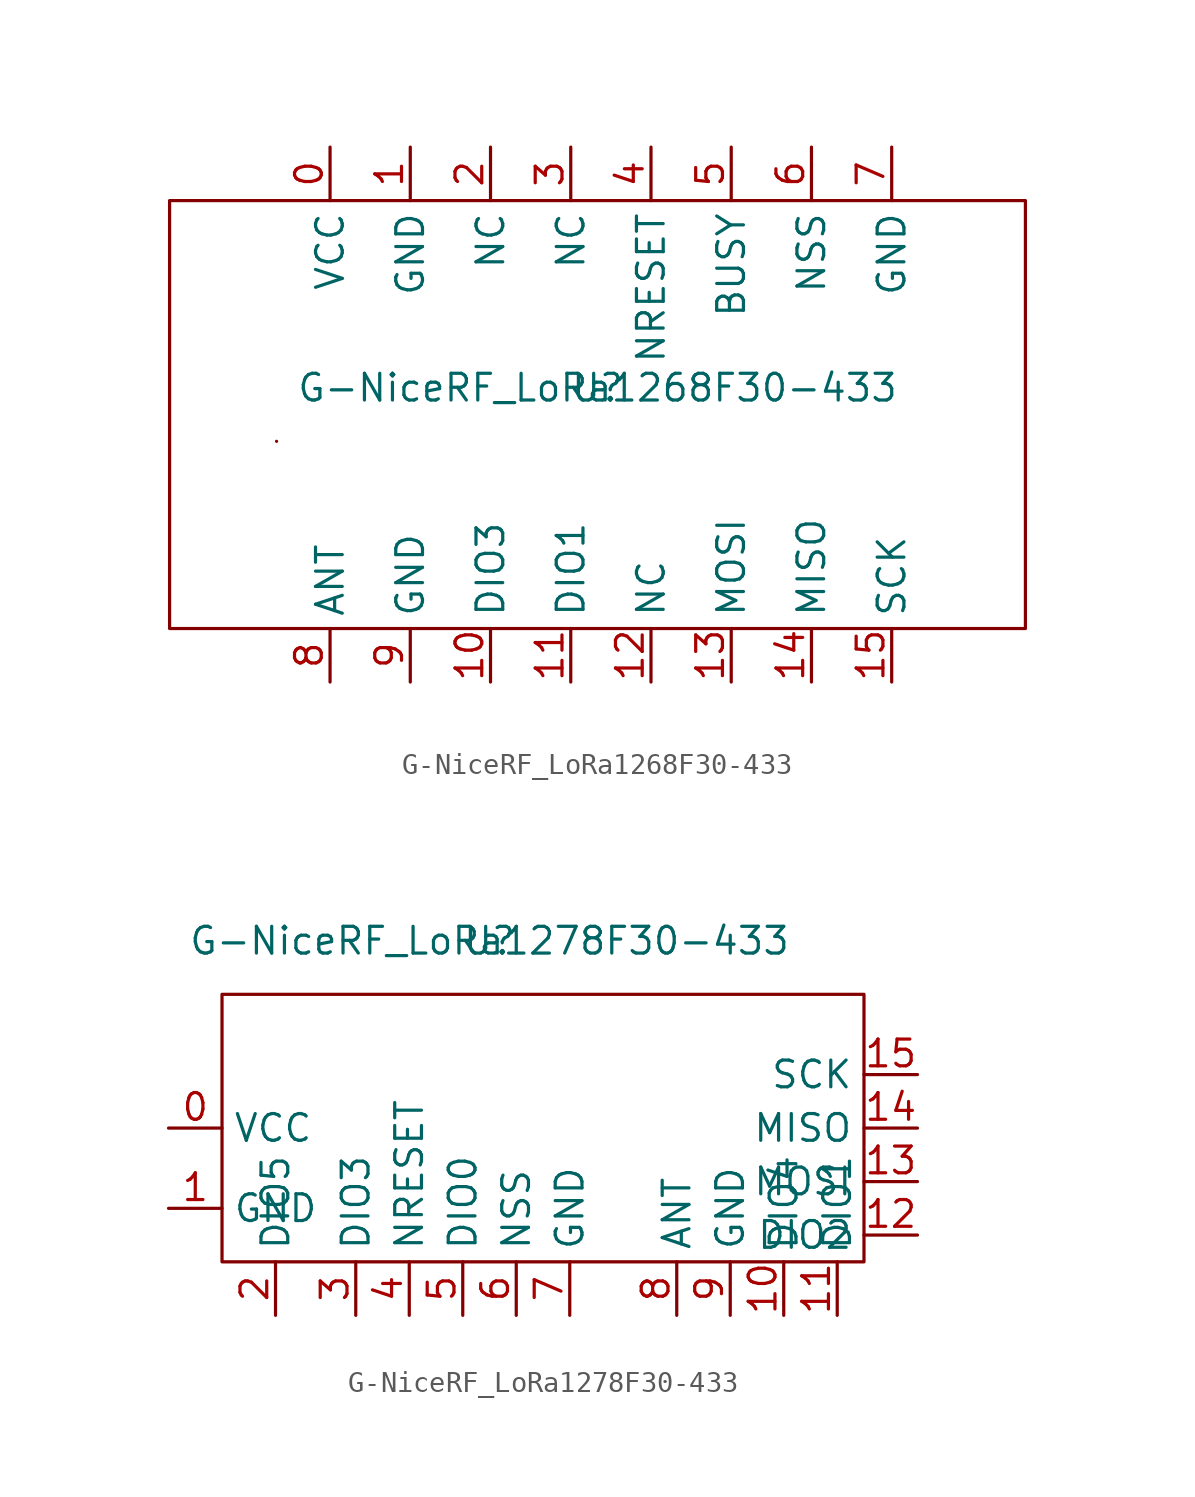
<source format=kicad_sym>
(kicad_symbol_lib
  (version 20211014)
  (generator kicad_symbol_editor)
  (symbol "G-NiceRF_LoRa1268F30-433"
    (property "Reference" "U"
      (at 0 0 0)
      (effects (font (size 1.27 1.27))))
    (property "Value" "G-NiceRF_LoRa1268F30-433"
      (at 0 0 0)
      (effects (font (size 1.27 1.27))))
    (symbol "G-NiceRF_LoRa1268F30-433_0_1"
      (rectangle (start -20.32 8.89) (end 20.32 -11.43) (stroke (width 0) (type default) (color 0 0 0 0)) (fill (type none)))
      (rectangle (start -15.24 -2.54) (end -15.24 -2.54) (stroke (width 0) (type default) (color 0 0 0 0)) (fill (type none))))
    (symbol "G-NiceRF_LoRa1268F30-433_1_1"
      (pin input line (at -12.7 11.43 270) (length 2.54) (name "VCC" (effects (font (size 1.27 1.27)))) (number "0" (effects (font (size 1.27 1.27)))))
      (pin input line (at -8.89 11.43 270) (length 2.54) (name "GND" (effects (font (size 1.27 1.27)))) (number "1" (effects (font (size 1.27 1.27)))))
      (pin input line (at -5.08 -13.97 90) (length 2.54) (name "DIO3" (effects (font (size 1.27 1.27)))) (number "10" (effects (font (size 1.27 1.27)))))
      (pin input line (at -1.27 -13.97 90) (length 2.54) (name "DIO1" (effects (font (size 1.27 1.27)))) (number "11" (effects (font (size 1.27 1.27)))))
      (pin input line (at 2.54 -13.97 90) (length 2.54) (name "NC" (effects (font (size 1.27 1.27)))) (number "12" (effects (font (size 1.27 1.27)))))
      (pin input line (at 6.35 -13.97 90) (length 2.54) (name "MOSI" (effects (font (size 1.27 1.27)))) (number "13" (effects (font (size 1.27 1.27)))))
      (pin input line (at 10.16 -13.97 90) (length 2.54) (name "MISO" (effects (font (size 1.27 1.27)))) (number "14" (effects (font (size 1.27 1.27)))))
      (pin input line (at 13.97 -13.97 90) (length 2.54) (name "SCK" (effects (font (size 1.27 1.27)))) (number "15" (effects (font (size 1.27 1.27)))))
      (pin input line (at -5.08 11.43 270) (length 2.54) (name "NC" (effects (font (size 1.27 1.27)))) (number "2" (effects (font (size 1.27 1.27)))))
      (pin input line (at -1.27 11.43 270) (length 2.54) (name "NC" (effects (font (size 1.27 1.27)))) (number "3" (effects (font (size 1.27 1.27)))))
      (pin input line (at 2.54 11.43 270) (length 2.54) (name "NRESET" (effects (font (size 1.27 1.27)))) (number "4" (effects (font (size 1.27 1.27)))))
      (pin input line (at 6.35 11.43 270) (length 2.54) (name "BUSY" (effects (font (size 1.27 1.27)))) (number "5" (effects (font (size 1.27 1.27)))))
      (pin input line (at 10.16 11.43 270) (length 2.54) (name "NSS" (effects (font (size 1.27 1.27)))) (number "6" (effects (font (size 1.27 1.27)))))
      (pin input line (at 13.97 11.43 270) (length 2.54) (name "GND" (effects (font (size 1.27 1.27)))) (number "7" (effects (font (size 1.27 1.27)))))
      (pin input line (at -12.7 -13.97 90) (length 2.54) (name "ANT" (effects (font (size 1.27 1.27)))) (number "8" (effects (font (size 1.27 1.27)))))
      (pin input line (at -8.89 -13.97 90) (length 2.54) (name "GND" (effects (font (size 1.27 1.27)))) (number "9" (effects (font (size 1.27 1.27)))))))
  (symbol "G-NiceRF_LoRa1278F30-433"
    (property "Reference" "U"
      (at 0 0 0)
      (effects (font (size 1.27 1.27))))
    (property "Value" "G-NiceRF_LoRa1278F30-433"
      (at 0 0 0)
      (effects (font (size 1.27 1.27))))
    (symbol "G-NiceRF_LoRa1278F30-433_0_1"
      (rectangle (start -12.7 -2.54) (end 17.78 -15.24) (stroke (width 0) (type default) (color 0 0 0 0)) (fill (type none))))
    (symbol "G-NiceRF_LoRa1278F30-433_1_1"
      (pin input line (at -15.24 -8.89 0) (length 2.54) (name "VCC" (effects (font (size 1.27 1.27)))) (number "0" (effects (font (size 1.27 1.27)))))
      (pin input line (at -15.24 -12.7 0) (length 2.54) (name "GND" (effects (font (size 1.27 1.27)))) (number "1" (effects (font (size 1.27 1.27)))))
      (pin input line (at 13.97 -17.78 90) (length 2.54) (name "DIO4" (effects (font (size 1.27 1.27)))) (number "10" (effects (font (size 1.27 1.27)))))
      (pin input line (at 16.51 -17.78 90) (length 2.54) (name "DIO1" (effects (font (size 1.27 1.27)))) (number "11" (effects (font (size 1.27 1.27)))))
      (pin input line (at 20.32 -13.97 180) (length 2.54) (name "DIO2" (effects (font (size 1.27 1.27)))) (number "12" (effects (font (size 1.27 1.27)))))
      (pin input line (at 20.32 -11.43 180) (length 2.54) (name "MOSI" (effects (font (size 1.27 1.27)))) (number "13" (effects (font (size 1.27 1.27)))))
      (pin input line (at 20.32 -8.89 180) (length 2.54) (name "MISO" (effects (font (size 1.27 1.27)))) (number "14" (effects (font (size 1.27 1.27)))))
      (pin input line (at 20.32 -6.35 180) (length 2.54) (name "SCK" (effects (font (size 1.27 1.27)))) (number "15" (effects (font (size 1.27 1.27)))))
      (pin input line (at -10.16 -17.78 90) (length 2.54) (name "DIO5" (effects (font (size 1.27 1.27)))) (number "2" (effects (font (size 1.27 1.27)))))
      (pin input line (at -6.35 -17.78 90) (length 2.54) (name "DIO3" (effects (font (size 1.27 1.27)))) (number "3" (effects (font (size 1.27 1.27)))))
      (pin input line (at -3.81 -17.78 90) (length 2.54) (name "NRESET" (effects (font (size 1.27 1.27)))) (number "4" (effects (font (size 1.27 1.27)))))
      (pin input line (at -1.27 -17.78 90) (length 2.54) (name "DIO0" (effects (font (size 1.27 1.27)))) (number "5" (effects (font (size 1.27 1.27)))))
      (pin input line (at 1.27 -17.78 90) (length 2.54) (name "NSS" (effects (font (size 1.27 1.27)))) (number "6" (effects (font (size 1.27 1.27)))))
      (pin input line (at 3.81 -17.78 90) (length 2.54) (name "GND" (effects (font (size 1.27 1.27)))) (number "7" (effects (font (size 1.27 1.27)))))
      (pin input line (at 8.89 -17.78 90) (length 2.54) (name "ANT" (effects (font (size 1.27 1.27)))) (number "8" (effects (font (size 1.27 1.27)))))
      (pin input line (at 11.43 -17.78 90) (length 2.54) (name "GND" (effects (font (size 1.27 1.27)))) (number "9" (effects (font (size 1.27 1.27))))))))
</source>
